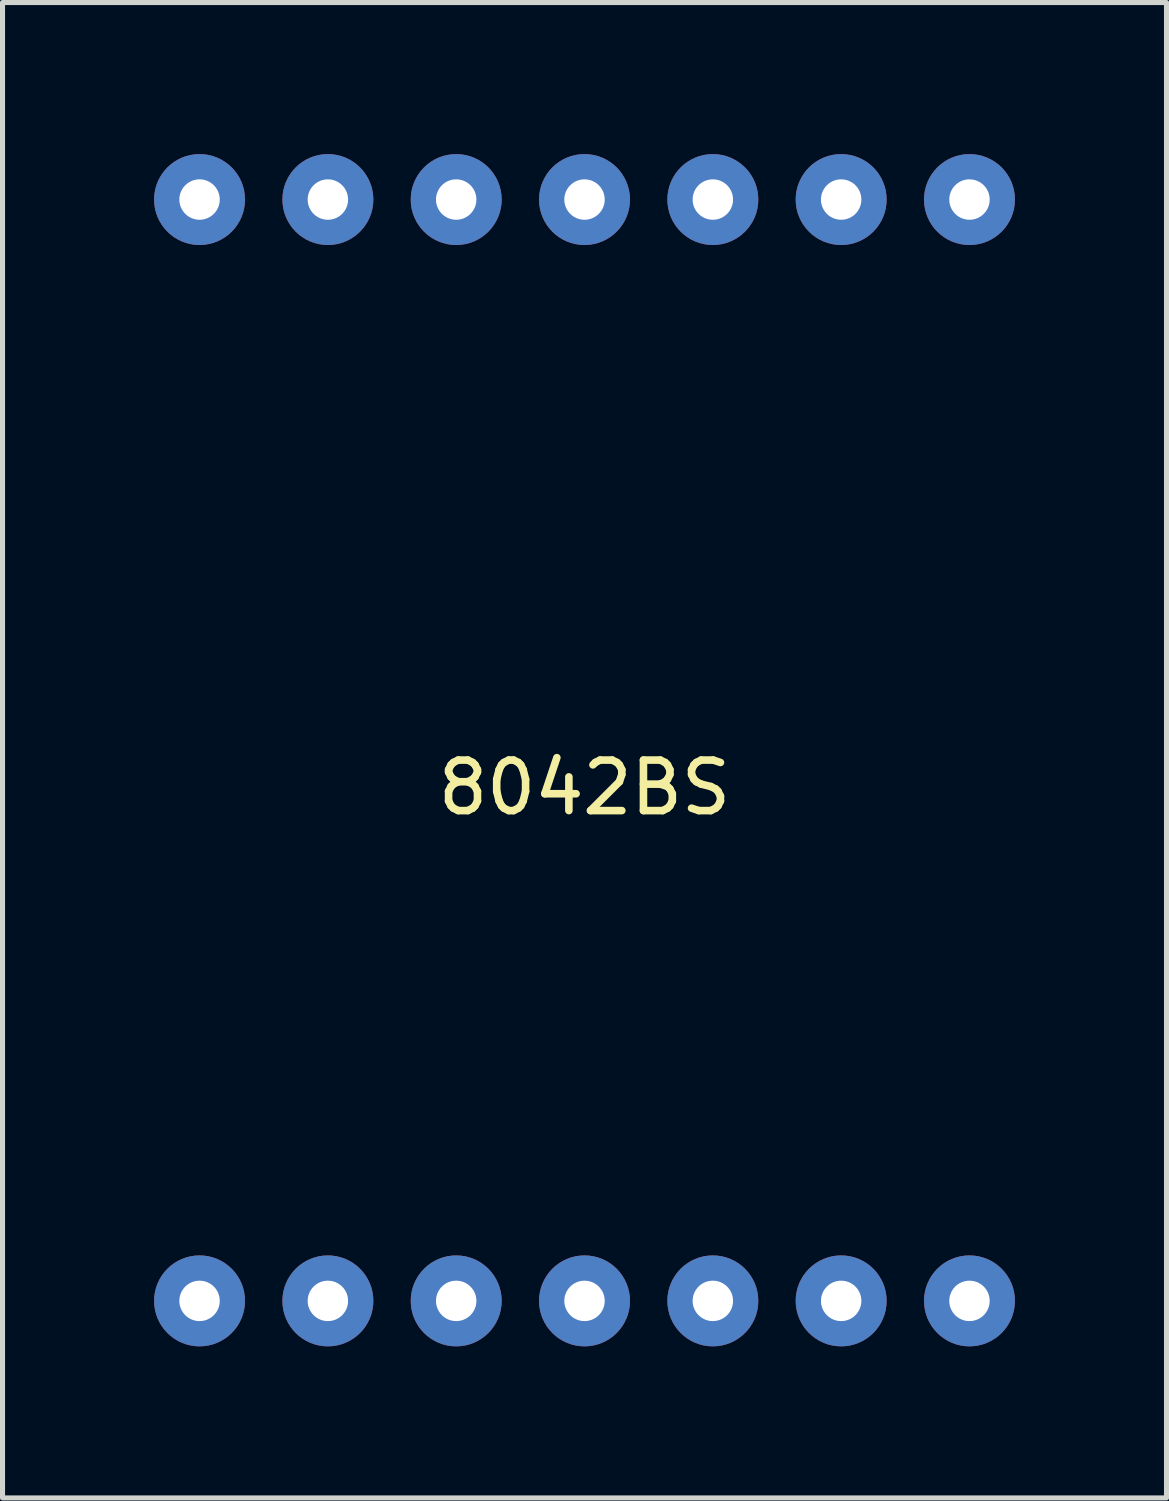
<source format=kicad_pcb>
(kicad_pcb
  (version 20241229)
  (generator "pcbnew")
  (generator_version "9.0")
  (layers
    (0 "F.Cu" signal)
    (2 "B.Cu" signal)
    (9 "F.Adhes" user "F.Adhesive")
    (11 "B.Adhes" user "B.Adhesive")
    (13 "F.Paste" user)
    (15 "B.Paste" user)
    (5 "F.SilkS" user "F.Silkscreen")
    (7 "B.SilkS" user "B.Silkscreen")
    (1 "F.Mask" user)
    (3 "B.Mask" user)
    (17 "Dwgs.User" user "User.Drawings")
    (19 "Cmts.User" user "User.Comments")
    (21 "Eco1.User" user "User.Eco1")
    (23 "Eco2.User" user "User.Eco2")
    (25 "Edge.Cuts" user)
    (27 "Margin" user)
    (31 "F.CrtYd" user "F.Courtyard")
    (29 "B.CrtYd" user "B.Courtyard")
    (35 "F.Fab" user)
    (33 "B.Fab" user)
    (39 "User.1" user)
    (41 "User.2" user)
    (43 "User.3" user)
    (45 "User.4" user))
  (footprint "8042BS"
    (layer "F.Cu")
    (at 8.52 12.54)
    (property "Reference" "8042BS" (at 0 0 0) (layer "F.SilkS") (effects (font (size 1 1) (thickness 0.15))))
    (attr through_hole)
    (pad "1" thru_hole circle (at -7.62 10.16 90) (size 1.8 1.8) (drill 0.8) (layers "*.Cu" "*.Mask" "Eco1.User"))
    (pad "2" thru_hole circle (at -5.08 10.16 90) (size 1.8 1.8) (drill 0.8) (layers "*.Cu" "*.Mask"))
    (pad "3" thru_hole circle (at -2.54 10.16 90) (size 1.8 1.8) (drill 0.8) (layers "*.Cu" "*.Mask"))
    (pad "4" thru_hole circle (at 0 10.16 90) (size 1.8 1.8) (drill 0.8) (layers "*.Cu" "*.Mask"))
    (pad "5" thru_hole circle (at 2.54 10.16 90) (size 1.8 1.8) (drill 0.8) (layers "*.Cu" "*.Mask"))
    (pad "6" thru_hole circle (at 5.08 10.16 90) (size 1.8 1.8) (drill 0.8) (layers "*.Cu" "*.Mask"))
    (pad "7" thru_hole circle (at 7.62 10.16 90) (size 1.8 1.8) (drill 0.8) (layers "*.Cu" "*.Mask"))
    (pad "8" thru_hole circle (at 7.62 -11.64 90) (size 1.8 1.8) (drill 0.8) (layers "*.Cu" "*.Mask"))
    (pad "9" thru_hole circle (at 5.08 -11.64 90) (size 1.8 1.8) (drill 0.8) (layers "*.Cu" "*.Mask"))
    (pad "10" thru_hole circle (at 2.54 -11.64 90) (size 1.8 1.8) (drill 0.8) (layers "*.Cu" "*.Mask"))
    (pad "11" thru_hole circle (at 0 -11.64 90) (size 1.8 1.8) (drill 0.8) (layers "*.Cu" "*.Mask"))
    (pad "12" thru_hole circle (at -2.54 -11.64 90) (size 1.8 1.8) (drill 0.8) (layers "*.Cu" "*.Mask"))
    (pad "13" thru_hole circle (at -5.08 -11.64 90) (size 1.8 1.8) (drill 0.8) (layers "*.Cu" "*.Mask"))
    (pad "14" thru_hole circle (at -7.62 -11.64 90) (size 1.8 1.8) (drill 0.8) (layers "*.Cu" "*.Mask")))
  (gr_rect
    (start -3 -3)
    (end 20.04 26.6)
    (stroke (width 0.1) (type default))
    (fill no)
    (layer "Edge.Cuts")))
</source>
